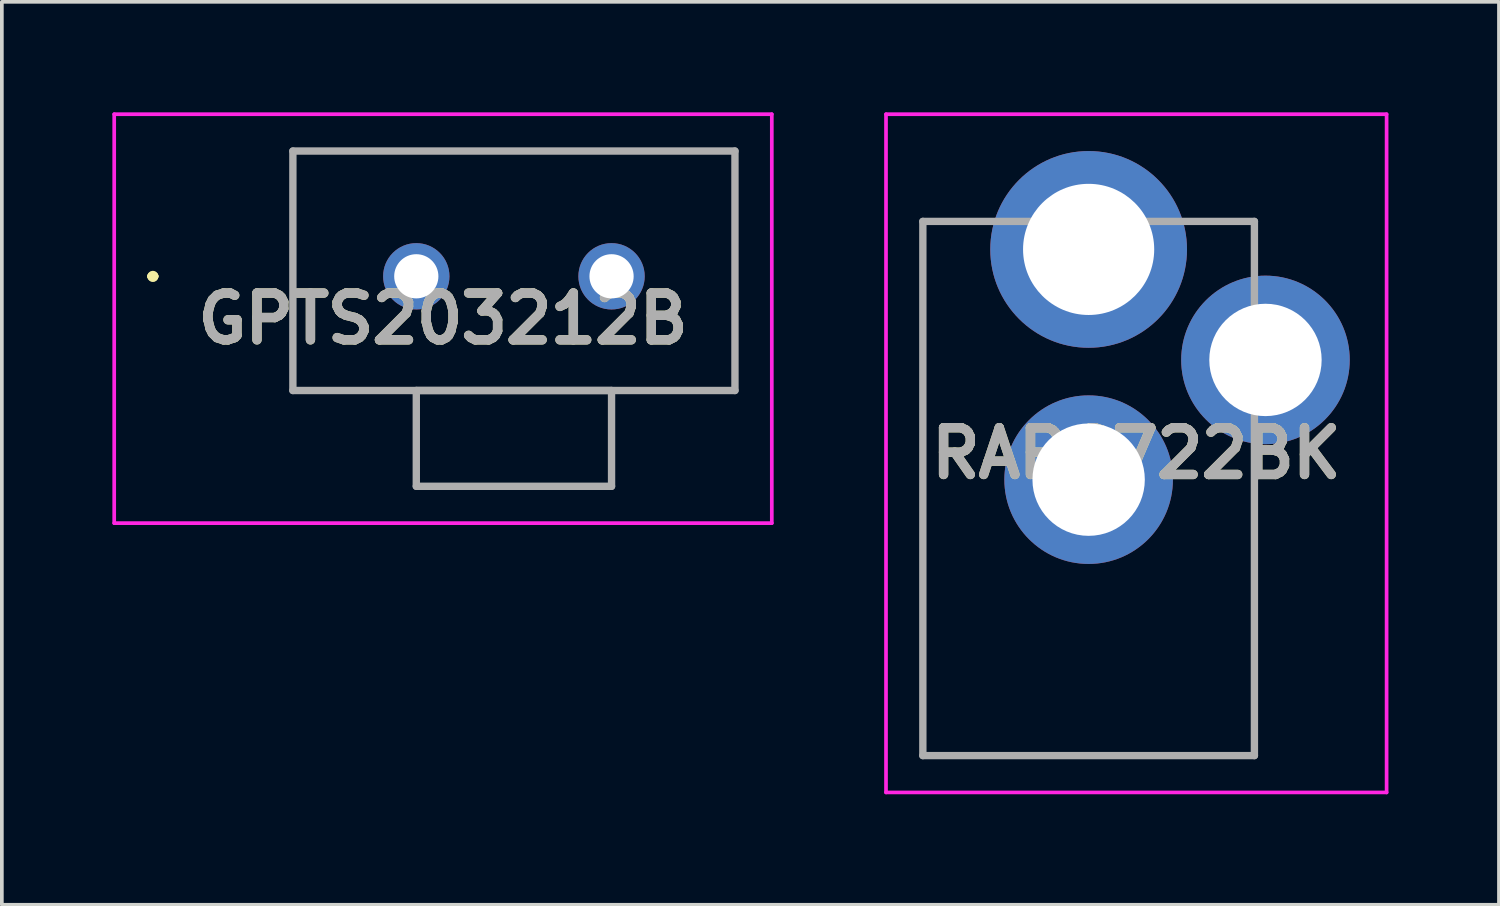
<source format=kicad_pcb>
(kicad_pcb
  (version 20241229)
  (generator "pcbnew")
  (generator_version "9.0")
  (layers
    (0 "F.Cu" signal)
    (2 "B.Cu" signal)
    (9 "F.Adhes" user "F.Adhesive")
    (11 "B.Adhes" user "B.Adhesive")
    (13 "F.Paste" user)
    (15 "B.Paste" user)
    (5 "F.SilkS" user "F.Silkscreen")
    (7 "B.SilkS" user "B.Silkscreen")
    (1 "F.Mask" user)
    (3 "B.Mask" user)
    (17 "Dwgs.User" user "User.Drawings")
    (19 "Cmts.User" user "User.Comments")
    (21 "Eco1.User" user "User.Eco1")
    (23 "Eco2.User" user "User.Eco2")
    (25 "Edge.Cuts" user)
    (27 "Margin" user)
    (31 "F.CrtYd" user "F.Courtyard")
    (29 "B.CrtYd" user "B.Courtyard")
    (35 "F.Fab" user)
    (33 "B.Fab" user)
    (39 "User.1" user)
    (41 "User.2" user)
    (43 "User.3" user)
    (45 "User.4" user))
  (footprint "RAPC722BK"
    (layer "F.Cu")
    (at 26.5 3.72)
    (property "Reference" "RAPC722BK" (at 1.294 5.535 0) (layer "F.SilkS") (effects (font (size 1.27 1.27) (thickness 0.254))))
    (attr through_hole)
    (fp_line (start -4.5 -0.76) (end -4.5 13.74) (stroke (width 0.1) (type solid)) (layer "F.SilkS"))
    (fp_line (start -4.5 13.74) (end 4.5 13.74) (stroke (width 0.1) (type solid)) (layer "F.SilkS"))
    (fp_line (start -4 -0.76) (end -4.5 -0.76) (stroke (width 0.1) (type solid)) (layer "F.SilkS"))
    (fp_line (start -3 -0.76) (end -4 -0.76) (stroke (width 0.1) (type solid)) (layer "F.SilkS"))
    (fp_line (start 4.5 13.74) (end 4.5 5.74) (stroke (width 0.1) (type solid)) (layer "F.SilkS"))
    (fp_line (start -5.5 -3.67) (end 8.088 -3.67) (stroke (width 0.1) (type solid)) (layer "F.CrtYd"))
    (fp_line (start -5.5 14.74) (end -5.5 -3.67) (stroke (width 0.1) (type solid)) (layer "F.CrtYd"))
    (fp_line (start 8.088 -3.67) (end 8.088 14.74) (stroke (width 0.1) (type solid)) (layer "F.CrtYd"))
    (fp_line (start 8.088 14.74) (end -5.5 14.74) (stroke (width 0.1) (type solid)) (layer "F.CrtYd"))
    (fp_line (start -4.5 -0.76) (end 4.5 -0.76) (stroke (width 0.2) (type solid)) (layer "F.Fab"))
    (fp_line (start -4.5 13.74) (end -4.5 -0.76) (stroke (width 0.2) (type solid)) (layer "F.Fab"))
    (fp_line (start 4.5 -0.76) (end 4.5 13.74) (stroke (width 0.2) (type solid)) (layer "F.Fab"))
    (fp_line (start 4.5 13.74) (end -4.5 13.74) (stroke (width 0.2) (type solid)) (layer "F.Fab"))
    (fp_text user "${REFERENCE}" (at 1.294 5.535 0) (layer "F.Fab") (effects (font (size 1.27 1.27) (thickness 0.254))))
    (pad "1" thru_hole circle (at 0 0) (size 5.34 5.34) (drill 3.56) (layers "*.Cu" "*.Mask"))
    (pad "2" thru_hole circle (at 4.8 3) (size 4.575 4.575) (drill 3.05) (layers "*.Cu" "*.Mask"))
    (pad "3" thru_hole circle (at 0 6.25) (size 4.575 4.575) (drill 3.05) (layers "*.Cu" "*.Mask")))
  (footprint "GPTS203212B"
    (layer "F.Cu")
    (at 8.25 4.45)
    (property "Reference" "GPTS203212B" (at 0.725 1.15 0) (layer "F.SilkS") (effects (font (size 1.27 1.27) (thickness 0.254))))
    (attr through_hole)
    (fp_line (start -7.2 0) (end -7.2 0) (stroke (width 0.2) (type solid)) (layer "F.SilkS"))
    (fp_line (start -7.2 0) (end -7.2 0) (stroke (width 0.2) (type solid)) (layer "F.SilkS"))
    (fp_line (start -7.1 0) (end -7.1 0) (stroke (width 0.2) (type solid)) (layer "F.SilkS"))
    (fp_line (start -3.35 -3.4) (end -3.35 3.1) (stroke (width 0.1) (type solid)) (layer "F.SilkS"))
    (fp_line (start -3.35 3.1) (end 8.65 3.1) (stroke (width 0.1) (type solid)) (layer "F.SilkS"))
    (fp_line (start 0 3.1) (end 0 5.7) (stroke (width 0.1) (type solid)) (layer "F.SilkS"))
    (fp_line (start 0 5.7) (end 5.3 5.7) (stroke (width 0.1) (type solid)) (layer "F.SilkS"))
    (fp_line (start 5.3 3.1) (end 0 3.1) (stroke (width 0.1) (type solid)) (layer "F.SilkS"))
    (fp_line (start 5.3 5.7) (end 5.3 3.1) (stroke (width 0.1) (type solid)) (layer "F.SilkS"))
    (fp_line (start 8.65 -3.4) (end -3.35 -3.4) (stroke (width 0.1) (type solid)) (layer "F.SilkS"))
    (fp_line (start 8.65 3.1) (end 8.65 -3.4) (stroke (width 0.1) (type solid)) (layer "F.SilkS"))
    (fp_arc (start -7.2 0) (mid -7.15 -0.05) (end -7.1 0) (stroke (width 0.2) (type solid)) (layer "F.SilkS"))
    (fp_arc (start -7.1 0) (mid -7.15 0.05) (end -7.2 0) (stroke (width 0.2) (type solid)) (layer "F.SilkS"))
    (fp_arc (start -7.1 0) (mid -7.15 0.05) (end -7.2 0) (stroke (width 0.2) (type solid)) (layer "F.SilkS"))
    (fp_line (start -8.2 -4.4) (end -8.2 6.7) (stroke (width 0.1) (type solid)) (layer "F.CrtYd"))
    (fp_line (start -8.2 6.7) (end 9.65 6.7) (stroke (width 0.1) (type solid)) (layer "F.CrtYd"))
    (fp_line (start 9.65 -4.4) (end -8.2 -4.4) (stroke (width 0.1) (type solid)) (layer "F.CrtYd"))
    (fp_line (start 9.65 6.7) (end 9.65 -4.4) (stroke (width 0.1) (type solid)) (layer "F.CrtYd"))
    (fp_line (start -3.35 -3.4) (end 8.65 -3.4) (stroke (width 0.2) (type solid)) (layer "F.Fab"))
    (fp_line (start -3.35 3.1) (end -3.35 -3.4) (stroke (width 0.2) (type solid)) (layer "F.Fab"))
    (fp_line (start 0 3.1) (end 0 5.7) (stroke (width 0.2) (type solid)) (layer "F.Fab"))
    (fp_line (start 0 5.7) (end 5.3 5.7) (stroke (width 0.2) (type solid)) (layer "F.Fab"))
    (fp_line (start 5.3 3.1) (end 0 3.1) (stroke (width 0.2) (type solid)) (layer "F.Fab"))
    (fp_line (start 5.3 5.7) (end 5.3 3.1) (stroke (width 0.2) (type solid)) (layer "F.Fab"))
    (fp_line (start 8.65 -3.4) (end 8.65 3.1) (stroke (width 0.2) (type solid)) (layer "F.Fab"))
    (fp_line (start 8.65 3.1) (end -3.35 3.1) (stroke (width 0.2) (type solid)) (layer "F.Fab"))
    (fp_text user "${REFERENCE}" (at 0.725 1.15 0) (layer "F.Fab") (effects (font (size 1.27 1.27) (thickness 0.254))))
    (pad "1" thru_hole circle (at 0 0) (size 1.8 1.8) (drill 1.2) (layers "*.Cu" "*.Mask"))
    (pad "6" thru_hole circle (at 5.3 0) (size 1.8 1.8) (drill 1.2) (layers "*.Cu" "*.Mask")))
  (gr_rect
    (start -3 -3)
    (end 37.638 21.51)
    (stroke (width 0.1) (type default))
    (fill no)
    (layer "Edge.Cuts")))
</source>
